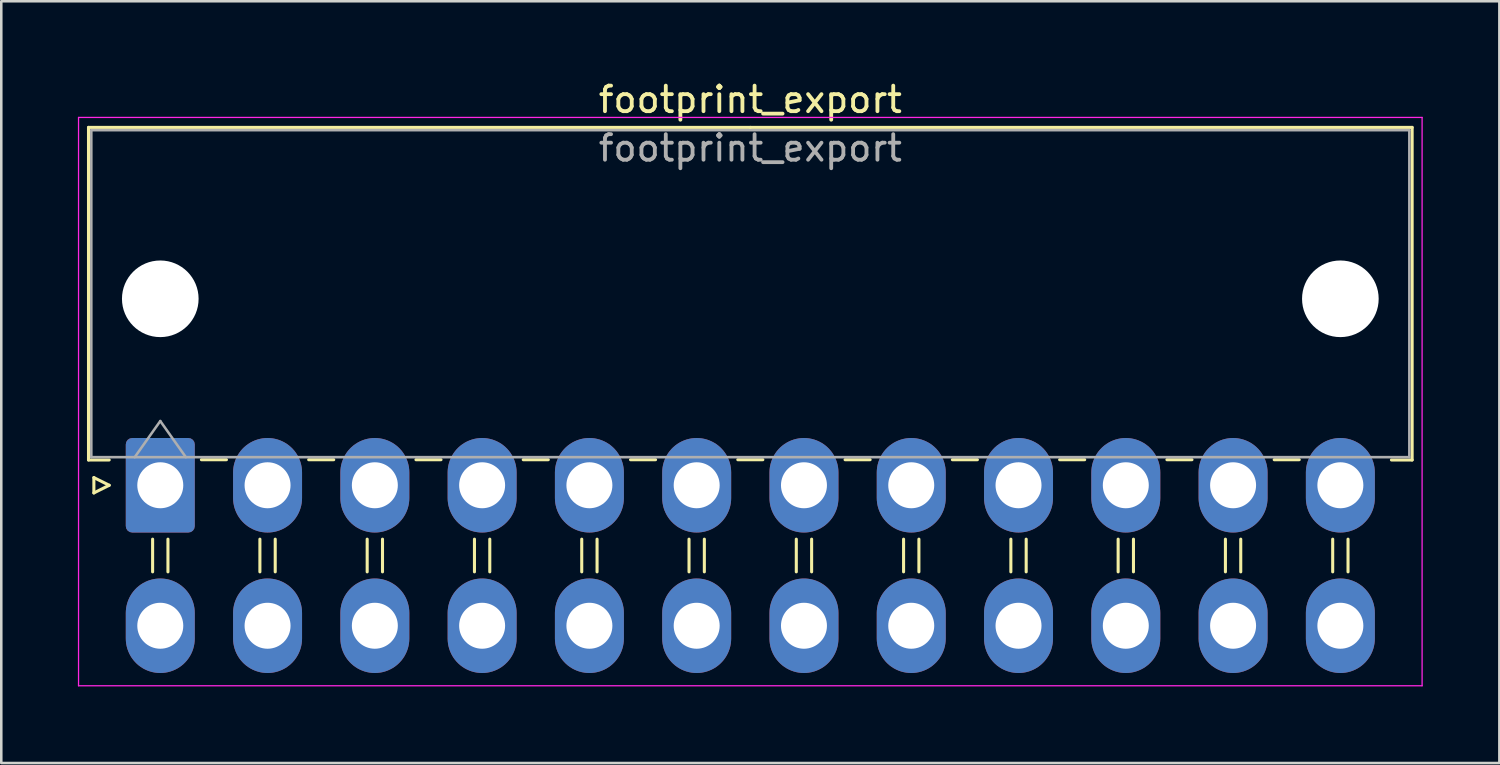
<source format=kicad_pcb>
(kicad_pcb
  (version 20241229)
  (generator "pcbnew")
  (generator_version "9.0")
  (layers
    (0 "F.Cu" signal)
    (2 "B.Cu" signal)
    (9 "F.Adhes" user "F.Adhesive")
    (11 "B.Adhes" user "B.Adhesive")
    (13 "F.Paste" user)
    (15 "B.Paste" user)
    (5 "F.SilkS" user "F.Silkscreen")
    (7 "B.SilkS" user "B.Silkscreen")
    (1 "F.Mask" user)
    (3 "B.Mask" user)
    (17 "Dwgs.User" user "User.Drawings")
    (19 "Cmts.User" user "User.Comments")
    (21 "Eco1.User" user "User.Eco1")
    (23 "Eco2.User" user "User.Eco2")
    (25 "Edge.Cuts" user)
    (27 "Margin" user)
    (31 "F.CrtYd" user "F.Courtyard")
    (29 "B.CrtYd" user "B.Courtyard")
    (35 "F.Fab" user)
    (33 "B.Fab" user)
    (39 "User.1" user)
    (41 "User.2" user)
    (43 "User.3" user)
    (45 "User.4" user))
  (footprint "footprint_export"
    (layer "F.Cu")
    (at 3.225 15.948)
    (property "Reference" "footprint_export" (at 23.1 -15.1 0) (layer "F.SilkS") (effects (font (size 1 1) (thickness 0.15))))
    (attr through_hole)
    (fp_line (start -2.81 -14.01) (end 23.1 -14.01) (stroke (width 0.12) (type solid)) (layer "F.SilkS"))
    (fp_line (start -2.81 -0.99) (end -2.81 -14.01) (stroke (width 0.12) (type solid)) (layer "F.SilkS"))
    (fp_line (start -2.6 -0.3) (end -2 0) (stroke (width 0.12) (type solid)) (layer "F.SilkS"))
    (fp_line (start -2.6 0.3) (end -2.6 -0.3) (stroke (width 0.12) (type solid)) (layer "F.SilkS"))
    (fp_line (start -2 -0.99) (end -2.81 -0.99) (stroke (width 0.12) (type solid)) (layer "F.SilkS"))
    (fp_line (start -2 0) (end -2.6 0.3) (stroke (width 0.12) (type solid)) (layer "F.SilkS"))
    (fp_line (start -0.3 2.11) (end -0.3 3.39) (stroke (width 0.12) (type solid)) (layer "F.SilkS"))
    (fp_line (start 0.3 2.11) (end 0.3 3.39) (stroke (width 0.12) (type solid)) (layer "F.SilkS"))
    (fp_line (start 1.61 -1) (end 2.59 -1) (stroke (width 0.12) (type solid)) (layer "F.SilkS"))
    (fp_line (start 3.9 2.11) (end 3.9 3.39) (stroke (width 0.12) (type solid)) (layer "F.SilkS"))
    (fp_line (start 4.5 2.11) (end 4.5 3.39) (stroke (width 0.12) (type solid)) (layer "F.SilkS"))
    (fp_line (start 5.81 -1) (end 6.79 -1) (stroke (width 0.12) (type solid)) (layer "F.SilkS"))
    (fp_line (start 8.1 2.11) (end 8.1 3.39) (stroke (width 0.12) (type solid)) (layer "F.SilkS"))
    (fp_line (start 8.7 2.11) (end 8.7 3.39) (stroke (width 0.12) (type solid)) (layer "F.SilkS"))
    (fp_line (start 10.01 -1) (end 10.99 -1) (stroke (width 0.12) (type solid)) (layer "F.SilkS"))
    (fp_line (start 12.3 2.11) (end 12.3 3.39) (stroke (width 0.12) (type solid)) (layer "F.SilkS"))
    (fp_line (start 12.9 2.11) (end 12.9 3.39) (stroke (width 0.12) (type solid)) (layer "F.SilkS"))
    (fp_line (start 14.21 -1) (end 15.19 -1) (stroke (width 0.12) (type solid)) (layer "F.SilkS"))
    (fp_line (start 16.5 2.11) (end 16.5 3.39) (stroke (width 0.12) (type solid)) (layer "F.SilkS"))
    (fp_line (start 17.1 2.11) (end 17.1 3.39) (stroke (width 0.12) (type solid)) (layer "F.SilkS"))
    (fp_line (start 18.41 -1) (end 19.39 -1) (stroke (width 0.12) (type solid)) (layer "F.SilkS"))
    (fp_line (start 20.7 2.11) (end 20.7 3.39) (stroke (width 0.12) (type solid)) (layer "F.SilkS"))
    (fp_line (start 21.3 2.11) (end 21.3 3.39) (stroke (width 0.12) (type solid)) (layer "F.SilkS"))
    (fp_line (start 22.61 -1) (end 23.59 -1) (stroke (width 0.12) (type solid)) (layer "F.SilkS"))
    (fp_line (start 24.9 2.11) (end 24.9 3.39) (stroke (width 0.12) (type solid)) (layer "F.SilkS"))
    (fp_line (start 25.5 2.11) (end 25.5 3.39) (stroke (width 0.12) (type solid)) (layer "F.SilkS"))
    (fp_line (start 26.81 -1) (end 27.79 -1) (stroke (width 0.12) (type solid)) (layer "F.SilkS"))
    (fp_line (start 29.1 2.11) (end 29.1 3.39) (stroke (width 0.12) (type solid)) (layer "F.SilkS"))
    (fp_line (start 29.7 2.11) (end 29.7 3.39) (stroke (width 0.12) (type solid)) (layer "F.SilkS"))
    (fp_line (start 31.01 -1) (end 31.99 -1) (stroke (width 0.12) (type solid)) (layer "F.SilkS"))
    (fp_line (start 33.3 2.11) (end 33.3 3.39) (stroke (width 0.12) (type solid)) (layer "F.SilkS"))
    (fp_line (start 33.9 2.11) (end 33.9 3.39) (stroke (width 0.12) (type solid)) (layer "F.SilkS"))
    (fp_line (start 35.21 -1) (end 36.19 -1) (stroke (width 0.12) (type solid)) (layer "F.SilkS"))
    (fp_line (start 37.5 2.11) (end 37.5 3.39) (stroke (width 0.12) (type solid)) (layer "F.SilkS"))
    (fp_line (start 38.1 2.11) (end 38.1 3.39) (stroke (width 0.12) (type solid)) (layer "F.SilkS"))
    (fp_line (start 39.41 -1) (end 40.39 -1) (stroke (width 0.12) (type solid)) (layer "F.SilkS"))
    (fp_line (start 41.7 2.11) (end 41.7 3.39) (stroke (width 0.12) (type solid)) (layer "F.SilkS"))
    (fp_line (start 42.3 2.11) (end 42.3 3.39) (stroke (width 0.12) (type solid)) (layer "F.SilkS"))
    (fp_line (start 43.61 -1) (end 44.59 -1) (stroke (width 0.12) (type solid)) (layer "F.SilkS"))
    (fp_line (start 45.9 2.11) (end 45.9 3.39) (stroke (width 0.12) (type solid)) (layer "F.SilkS"))
    (fp_line (start 46.5 2.11) (end 46.5 3.39) (stroke (width 0.12) (type solid)) (layer "F.SilkS"))
    (fp_line (start 48.2 -0.99) (end 49.01 -0.99) (stroke (width 0.12) (type solid)) (layer "F.SilkS"))
    (fp_line (start 49.01 -14.01) (end 23.1 -14.01) (stroke (width 0.12) (type solid)) (layer "F.SilkS"))
    (fp_line (start 49.01 -0.99) (end 49.01 -14.01) (stroke (width 0.12) (type solid)) (layer "F.SilkS"))
    (fp_line (start -3.2 -14.4) (end -3.2 7.85) (stroke (width 0.05) (type solid)) (layer "F.CrtYd"))
    (fp_line (start -3.2 7.85) (end 49.4 7.85) (stroke (width 0.05) (type solid)) (layer "F.CrtYd"))
    (fp_line (start 49.4 -14.4) (end -3.2 -14.4) (stroke (width 0.05) (type solid)) (layer "F.CrtYd"))
    (fp_line (start 49.4 7.85) (end 49.4 -14.4) (stroke (width 0.05) (type solid)) (layer "F.CrtYd"))
    (fp_line (start -2.7 -13.9) (end -2.7 -1.1) (stroke (width 0.1) (type solid)) (layer "F.Fab"))
    (fp_line (start -2.7 -1.1) (end 48.9 -1.1) (stroke (width 0.1) (type solid)) (layer "F.Fab"))
    (fp_line (start -1 -1.1) (end 0 -2.514) (stroke (width 0.1) (type solid)) (layer "F.Fab"))
    (fp_line (start 0 -2.514) (end 1 -1.1) (stroke (width 0.1) (type solid)) (layer "F.Fab"))
    (fp_line (start 48.9 -13.9) (end -2.7 -13.9) (stroke (width 0.1) (type solid)) (layer "F.Fab"))
    (fp_line (start 48.9 -1.1) (end 48.9 -13.9) (stroke (width 0.1) (type solid)) (layer "F.Fab"))
    (fp_text user "${REFERENCE}" (at 23.1 -13.2 0) (layer "F.Fab") (effects (font (size 1 1) (thickness 0.15))))
    (pad "" np_thru_hole circle (at 0 -7.3) (size 3 3) (drill 3) (layers "*.Cu" "*.Mask"))
    (pad "" np_thru_hole circle (at 46.2 -7.3) (size 3 3) (drill 3) (layers "*.Cu" "*.Mask"))
    (pad "1" thru_hole roundrect (at 0 0) (size 2.7 3.7) (drill 1.8) (layers "*.Cu" "*.Mask") (roundrect_rratio 0.093))
    (pad "2" thru_hole oval (at 4.2 0) (size 2.7 3.7) (drill 1.8) (layers "*.Cu" "*.Mask"))
    (pad "3" thru_hole oval (at 8.4 0) (size 2.7 3.7) (drill 1.8) (layers "*.Cu" "*.Mask"))
    (pad "4" thru_hole oval (at 12.6 0) (size 2.7 3.7) (drill 1.8) (layers "*.Cu" "*.Mask"))
    (pad "5" thru_hole oval (at 16.8 0) (size 2.7 3.7) (drill 1.8) (layers "*.Cu" "*.Mask"))
    (pad "6" thru_hole oval (at 21 0) (size 2.7 3.7) (drill 1.8) (layers "*.Cu" "*.Mask"))
    (pad "7" thru_hole oval (at 25.2 0) (size 2.7 3.7) (drill 1.8) (layers "*.Cu" "*.Mask"))
    (pad "8" thru_hole oval (at 29.4 0) (size 2.7 3.7) (drill 1.8) (layers "*.Cu" "*.Mask"))
    (pad "9" thru_hole oval (at 33.6 0) (size 2.7 3.7) (drill 1.8) (layers "*.Cu" "*.Mask"))
    (pad "10" thru_hole oval (at 37.8 0) (size 2.7 3.7) (drill 1.8) (layers "*.Cu" "*.Mask"))
    (pad "11" thru_hole oval (at 42 0) (size 2.7 3.7) (drill 1.8) (layers "*.Cu" "*.Mask"))
    (pad "12" thru_hole oval (at 46.2 0) (size 2.7 3.7) (drill 1.8) (layers "*.Cu" "*.Mask"))
    (pad "13" thru_hole oval (at 0 5.5) (size 2.7 3.7) (drill 1.8) (layers "*.Cu" "*.Mask"))
    (pad "14" thru_hole oval (at 4.2 5.5) (size 2.7 3.7) (drill 1.8) (layers "*.Cu" "*.Mask"))
    (pad "15" thru_hole oval (at 8.4 5.5) (size 2.7 3.7) (drill 1.8) (layers "*.Cu" "*.Mask"))
    (pad "16" thru_hole oval (at 12.6 5.5) (size 2.7 3.7) (drill 1.8) (layers "*.Cu" "*.Mask"))
    (pad "17" thru_hole oval (at 16.8 5.5) (size 2.7 3.7) (drill 1.8) (layers "*.Cu" "*.Mask"))
    (pad "18" thru_hole oval (at 21 5.5) (size 2.7 3.7) (drill 1.8) (layers "*.Cu" "*.Mask"))
    (pad "19" thru_hole oval (at 25.2 5.5) (size 2.7 3.7) (drill 1.8) (layers "*.Cu" "*.Mask"))
    (pad "20" thru_hole oval (at 29.4 5.5) (size 2.7 3.7) (drill 1.8) (layers "*.Cu" "*.Mask"))
    (pad "21" thru_hole oval (at 33.6 5.5) (size 2.7 3.7) (drill 1.8) (layers "*.Cu" "*.Mask"))
    (pad "22" thru_hole oval (at 37.8 5.5) (size 2.7 3.7) (drill 1.8) (layers "*.Cu" "*.Mask"))
    (pad "23" thru_hole oval (at 42 5.5) (size 2.7 3.7) (drill 1.8) (layers "*.Cu" "*.Mask"))
    (pad "24" thru_hole oval (at 46.2 5.5) (size 2.7 3.7) (drill 1.8) (layers "*.Cu" "*.Mask")))
  (gr_rect
    (start -3 -3)
    (end 55.65 26.823)
    (stroke (width 0.1) (type default))
    (fill no)
    (layer "Edge.Cuts")))
</source>
